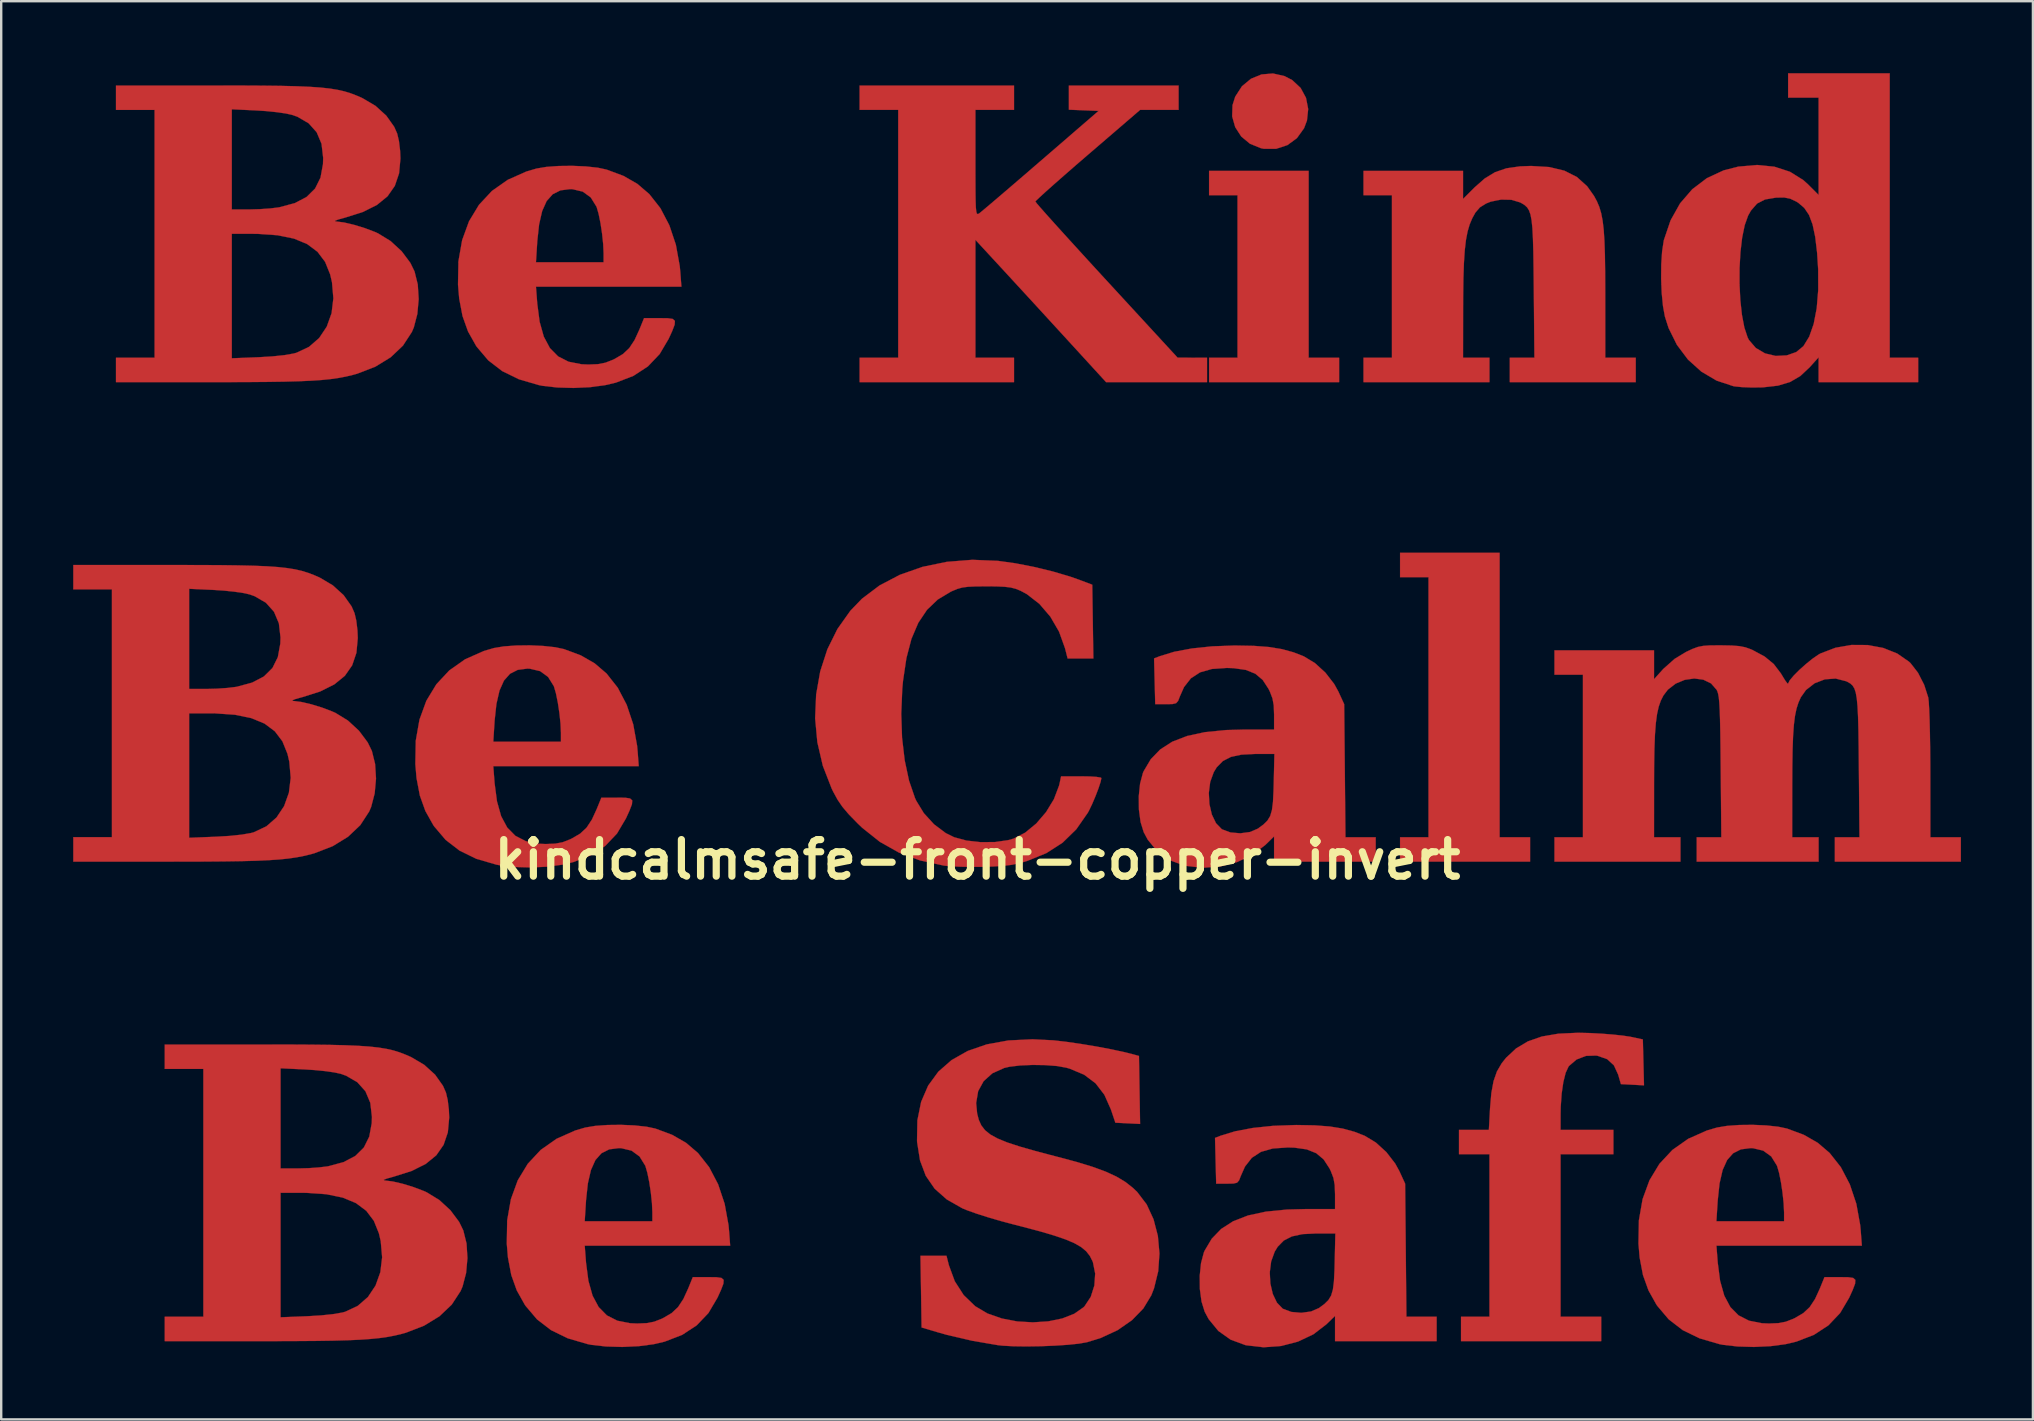
<source format=kicad_pcb>
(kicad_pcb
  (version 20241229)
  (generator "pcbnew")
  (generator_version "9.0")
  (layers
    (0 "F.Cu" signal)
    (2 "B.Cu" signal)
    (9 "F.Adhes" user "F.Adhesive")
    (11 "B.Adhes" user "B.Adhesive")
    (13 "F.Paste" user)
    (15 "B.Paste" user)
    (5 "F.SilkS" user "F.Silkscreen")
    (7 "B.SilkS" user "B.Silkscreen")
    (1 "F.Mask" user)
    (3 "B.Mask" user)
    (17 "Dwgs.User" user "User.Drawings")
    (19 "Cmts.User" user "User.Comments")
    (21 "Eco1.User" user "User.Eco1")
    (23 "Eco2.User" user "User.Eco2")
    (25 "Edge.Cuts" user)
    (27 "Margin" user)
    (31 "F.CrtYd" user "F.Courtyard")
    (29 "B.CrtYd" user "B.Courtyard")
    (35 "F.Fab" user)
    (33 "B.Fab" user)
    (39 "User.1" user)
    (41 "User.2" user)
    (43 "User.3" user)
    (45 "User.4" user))
  (footprint "kindcalmsafe-front-copper-invert"
    (layer "F.Cu")
    (at 37.682 32.771)
    (property "Reference" "kindcalmsafe-front-copper-invert" (at 0 0 0) (layer "F.SilkS") (effects (font (size 1.524 1.524) (thickness 0.3))))
    (attr through_hole)
    (fp_poly (pts (xy 13.801 -20.913) (xy 15.071 -20.913) (xy 15.071 -19.897) (xy 9.652 -19.897) (xy 9.652 -20.913) (xy 10.837 -20.913) (xy 10.837 -27.686) (xy 9.652 -27.686) (xy 9.652 -28.702) (xy 13.801 -28.702) (xy 13.801 -20.913)) (stroke (width 0.01) (type solid)) (fill yes) (layer "F.Cu"))
    (fp_poly (pts (xy 21.759 -0.931) (xy 23.029 -0.931) (xy 23.029 0.085) (xy 17.611 0.085) (xy 17.611 -0.931) (xy 18.796 -0.931) (xy 18.796 -11.769) (xy 17.611 -11.769) (xy 17.611 -12.785) (xy 21.759 -12.785) (xy 21.759 -0.931)) (stroke (width 0.01) (type solid)) (fill yes) (layer "F.Cu"))
    (fp_poly (pts (xy 12.795 -32.651) (xy 13.119 -32.482) (xy 13.467 -32.157) (xy 13.691 -31.744) (xy 13.782 -31.278) (xy 13.731 -30.797) (xy 13.61 -30.478) (xy 13.313 -30.065) (xy 12.916 -29.774) (xy 12.45 -29.621) (xy 11.946 -29.619) (xy 11.816 -29.644) (xy 11.357 -29.83) (xy 10.993 -30.132) (xy 10.741 -30.522) (xy 10.614 -30.968) (xy 10.629 -31.44) (xy 10.741 -31.793) (xy 11.022 -32.227) (xy 11.398 -32.539) (xy 11.838 -32.719) (xy 12.314 -32.759) (xy 12.795 -32.651)) (stroke (width 0.01) (type solid)) (fill yes) (layer "F.Cu"))
    (fp_poly (pts (xy 25.527 7.228) (xy 26.011 7.254) (xy 26.483 7.291) (xy 26.893 7.335) (xy 27.191 7.379) (xy 27.22 7.385) (xy 27.728 7.493) (xy 27.776 9.407) (xy 27.295 9.381) (xy 26.814 9.356) (xy 26.699 8.959) (xy 26.521 8.572) (xy 26.241 8.316) (xy 25.844 8.177) (xy 25.779 8.166) (xy 25.359 8.179) (xy 24.967 8.329) (xy 24.657 8.594) (xy 24.625 8.636) (xy 24.51 8.888) (xy 24.414 9.273) (xy 24.344 9.757) (xy 24.306 10.304) (xy 24.3 10.604) (xy 24.299 11.261) (xy 26.501 11.261) (xy 26.501 12.277) (xy 24.299 12.277) (xy 24.299 19.05) (xy 25.993 19.05) (xy 25.993 20.066) (xy 20.151 20.066) (xy 20.151 19.05) (xy 21.336 19.05) (xy 21.336 12.277) (xy 20.066 12.277) (xy 20.066 11.261) (xy 21.311 11.261) (xy 21.361 10.351) (xy 21.415 9.727) (xy 21.506 9.233) (xy 21.646 8.831) (xy 21.849 8.483) (xy 22.03 8.256) (xy 22.447 7.867) (xy 22.937 7.575) (xy 23.518 7.372) (xy 24.209 7.254) (xy 25.025 7.216) (xy 25.527 7.228)) (stroke (width 0.01) (type solid)) (fill yes) (layer "F.Cu"))
    (fp_poly (pts (xy 1.524 -31.242) (xy -0.085 -31.242) (xy -0.085 -29.03) (xy -0.084 -28.363) (xy -0.082 -27.846) (xy -0.077 -27.463) (xy -0.068 -27.195) (xy -0.052 -27.024) (xy -0.029 -26.931) (xy 0.002 -26.9) (xy 0.044 -26.911) (xy 0.08 -26.935) (xy 0.18 -27.015) (xy 0.392 -27.193) (xy 0.702 -27.456) (xy 1.094 -27.791) (xy 1.553 -28.184) (xy 2.064 -28.623) (xy 2.61 -29.095) (xy 2.646 -29.125) (xy 5.047 -31.2) (xy 3.81 -31.249) (xy 3.81 -32.258) (xy 8.382 -32.258) (xy 8.382 -31.242) (xy 6.779 -31.242) (xy 4.596 -29.365) (xy 4.08 -28.92) (xy 3.608 -28.508) (xy 3.194 -28.144) (xy 2.853 -27.84) (xy 2.6 -27.609) (xy 2.449 -27.465) (xy 2.413 -27.422) (xy 2.469 -27.348) (xy 2.629 -27.162) (xy 2.882 -26.876) (xy 3.218 -26.501) (xy 3.627 -26.049) (xy 4.097 -25.533) (xy 4.617 -24.963) (xy 5.177 -24.352) (xy 5.376 -24.136) (xy 8.34 -20.917) (xy 9.567 -20.913) (xy 9.567 -19.897) (xy 5.36 -19.897) (xy 3.717 -21.692) (xy 3.222 -22.232) (xy 2.699 -22.803) (xy 2.178 -23.371) (xy 1.688 -23.903) (xy 1.26 -24.369) (xy 0.995 -24.656) (xy -0.085 -25.826) (xy -0.085 -20.913) (xy 1.524 -20.913) (xy 1.524 -19.897) (xy -4.911 -19.897) (xy -4.911 -20.913) (xy -3.302 -20.913) (xy -3.302 -31.242) (xy -4.911 -31.242) (xy -4.911 -32.258) (xy 1.524 -32.258) (xy 1.524 -31.242)) (stroke (width 0.01) (type solid)) (fill yes) (layer "F.Cu"))
    (fp_poly (pts (xy 23.826 -28.86) (xy 24.457 -28.709) (xy 24.979 -28.445) (xy 25.406 -28.061) (xy 25.693 -27.657) (xy 25.815 -27.431) (xy 25.914 -27.197) (xy 25.992 -26.934) (xy 26.052 -26.623) (xy 26.097 -26.244) (xy 26.127 -25.777) (xy 26.147 -25.202) (xy 26.157 -24.5) (xy 26.161 -23.65) (xy 26.161 -23.558) (xy 26.162 -20.913) (xy 27.432 -20.913) (xy 27.432 -19.897) (xy 22.183 -19.897) (xy 22.183 -20.913) (xy 23.209 -20.913) (xy 23.183 -23.812) (xy 23.174 -24.647) (xy 23.164 -25.329) (xy 23.148 -25.876) (xy 23.126 -26.305) (xy 23.093 -26.633) (xy 23.047 -26.877) (xy 22.985 -27.053) (xy 22.905 -27.18) (xy 22.803 -27.274) (xy 22.678 -27.352) (xy 22.609 -27.388) (xy 22.249 -27.495) (xy 21.82 -27.504) (xy 21.389 -27.418) (xy 21.197 -27.341) (xy 20.939 -27.181) (xy 20.749 -26.961) (xy 20.62 -26.727) (xy 20.512 -26.471) (xy 20.425 -26.176) (xy 20.357 -25.824) (xy 20.307 -25.394) (xy 20.272 -24.866) (xy 20.25 -24.22) (xy 20.24 -23.435) (xy 20.238 -22.966) (xy 20.235 -20.913) (xy 21.336 -20.913) (xy 21.336 -19.897) (xy 16.087 -19.897) (xy 16.087 -20.913) (xy 17.272 -20.913) (xy 17.272 -27.686) (xy 16.087 -27.686) (xy 16.087 -28.702) (xy 20.235 -28.702) (xy 20.235 -27.53) (xy 20.723 -28.018) (xy 21.143 -28.387) (xy 21.568 -28.645) (xy 22.041 -28.807) (xy 22.604 -28.888) (xy 23.072 -28.905) (xy 23.826 -28.86)) (stroke (width 0.01) (type solid)) (fill yes) (layer "F.Cu"))
    (fp_poly (pts (xy 38.015 -20.913) (xy 39.201 -20.913) (xy 39.201 -19.897) (xy 35.052 -19.897) (xy 35.052 -20.931) (xy 34.673 -20.51) (xy 34.288 -20.15) (xy 33.862 -19.902) (xy 33.36 -19.751) (xy 32.744 -19.681) (xy 32.639 -19.677) (xy 32.242 -19.674) (xy 31.859 -19.689) (xy 31.558 -19.719) (xy 31.496 -19.73) (xy 30.801 -19.96) (xy 30.166 -20.335) (xy 29.608 -20.838) (xy 29.147 -21.451) (xy 28.798 -22.156) (xy 28.647 -22.629) (xy 28.567 -23.067) (xy 28.514 -23.61) (xy 28.499 -23.975) (xy 31.757 -23.975) (xy 31.79 -23.312) (xy 31.857 -22.7) (xy 31.958 -22.172) (xy 32.093 -21.763) (xy 32.15 -21.652) (xy 32.437 -21.319) (xy 32.821 -21.094) (xy 33.264 -20.989) (xy 33.725 -21.012) (xy 34.122 -21.151) (xy 34.419 -21.397) (xy 34.661 -21.792) (xy 34.847 -22.322) (xy 34.973 -22.975) (xy 35.036 -23.737) (xy 35.034 -24.596) (xy 34.989 -25.291) (xy 34.91 -25.952) (xy 34.801 -26.468) (xy 34.653 -26.862) (xy 34.455 -27.156) (xy 34.2 -27.374) (xy 34.115 -27.425) (xy 33.864 -27.543) (xy 33.615 -27.591) (xy 33.288 -27.586) (xy 33.265 -27.584) (xy 32.819 -27.508) (xy 32.488 -27.338) (xy 32.233 -27.046) (xy 32.114 -26.835) (xy 31.973 -26.439) (xy 31.866 -25.92) (xy 31.795 -25.314) (xy 31.758 -24.654) (xy 31.757 -23.975) (xy 28.499 -23.975) (xy 28.49 -24.205) (xy 28.495 -24.801) (xy 28.53 -25.342) (xy 28.596 -25.777) (xy 28.606 -25.823) (xy 28.884 -26.64) (xy 29.28 -27.347) (xy 29.787 -27.935) (xy 30.395 -28.396) (xy 31.096 -28.722) (xy 31.702 -28.877) (xy 32.488 -28.946) (xy 33.211 -28.874) (xy 33.857 -28.664) (xy 34.413 -28.317) (xy 34.607 -28.142) (xy 35.052 -27.697) (xy 35.052 -31.75) (xy 33.782 -31.75) (xy 33.782 -32.766) (xy 38.015 -32.766) (xy 38.015 -20.913)) (stroke (width 0.01) (type solid)) (fill yes) (layer "F.Cu"))
    (fp_poly (pts (xy -18.096 -8.904) (xy -17.598 -8.85) (xy -17.233 -8.773) (xy -16.532 -8.512) (xy -15.954 -8.181) (xy -15.458 -7.757) (xy -15.454 -7.753) (xy -14.99 -7.164) (xy -14.617 -6.452) (xy -14.345 -5.639) (xy -14.184 -4.752) (xy -14.161 -4.508) (xy -14.115 -3.895) (xy -20.176 -3.895) (xy -20.122 -3.191) (xy -20.022 -2.427) (xy -19.849 -1.811) (xy -19.594 -1.334) (xy -19.253 -0.989) (xy -18.817 -0.767) (xy -18.281 -0.661) (xy -17.987 -0.649) (xy -17.594 -0.665) (xy -17.284 -0.724) (xy -16.975 -0.845) (xy -16.902 -0.88) (xy -16.554 -1.084) (xy -16.287 -1.334) (xy -16.065 -1.671) (xy -15.865 -2.108) (xy -15.672 -2.582) (xy -15.012 -2.582) (xy -14.682 -2.579) (xy -14.478 -2.549) (xy -14.386 -2.468) (xy -14.397 -2.308) (xy -14.499 -2.043) (xy -14.646 -1.72) (xy -15.021 -1.086) (xy -15.51 -0.572) (xy -16.115 -0.177) (xy -16.843 0.104) (xy -17.301 0.212) (xy -17.923 0.295) (xy -18.609 0.327) (xy -19.291 0.308) (xy -19.9 0.238) (xy -20.054 0.208) (xy -20.883 -0.033) (xy -21.581 -0.374) (xy -22.163 -0.823) (xy -22.642 -1.387) (xy -22.676 -1.437) (xy -23.007 -2.027) (xy -23.236 -2.668) (xy -23.375 -3.398) (xy -23.424 -3.979) (xy -23.407 -4.911) (xy -20.176 -4.911) (xy -17.357 -4.911) (xy -17.357 -5.286) (xy -17.374 -5.663) (xy -17.42 -6.099) (xy -17.486 -6.539) (xy -17.565 -6.928) (xy -17.646 -7.208) (xy -17.655 -7.23) (xy -17.892 -7.611) (xy -18.225 -7.854) (xy -18.652 -7.955) (xy -18.757 -7.959) (xy -19.157 -7.907) (xy -19.479 -7.744) (xy -19.731 -7.461) (xy -19.917 -7.046) (xy -20.045 -6.489) (xy -20.122 -5.78) (xy -20.124 -5.736) (xy -20.176 -4.911) (xy -23.407 -4.911) (xy -23.407 -4.951) (xy -23.252 -5.833) (xy -22.965 -6.62) (xy -22.549 -7.305) (xy -22.01 -7.883) (xy -21.35 -8.348) (xy -20.574 -8.692) (xy -20.151 -8.816) (xy -19.737 -8.885) (xy -19.22 -8.922) (xy -18.655 -8.929) (xy -18.096 -8.904)) (stroke (width 0.01) (type solid)) (fill yes) (layer "F.Cu"))
    (fp_poly (pts (xy -16.318 -28.886) (xy -15.82 -28.832) (xy -15.455 -28.754) (xy -14.754 -28.493) (xy -14.176 -28.162) (xy -13.68 -27.738) (xy -13.676 -27.735) (xy -13.212 -27.146) (xy -12.839 -26.433) (xy -12.567 -25.621) (xy -12.406 -24.733) (xy -12.383 -24.49) (xy -12.337 -23.876) (xy -18.398 -23.876) (xy -18.344 -23.172) (xy -18.244 -22.408) (xy -18.071 -21.792) (xy -17.816 -21.315) (xy -17.475 -20.97) (xy -17.039 -20.748) (xy -16.503 -20.642) (xy -16.209 -20.63) (xy -15.816 -20.646) (xy -15.506 -20.706) (xy -15.197 -20.826) (xy -15.124 -20.861) (xy -14.776 -21.066) (xy -14.509 -21.316) (xy -14.287 -21.653) (xy -14.087 -22.089) (xy -13.894 -22.564) (xy -13.234 -22.564) (xy -12.904 -22.56) (xy -12.7 -22.531) (xy -12.608 -22.449) (xy -12.619 -22.29) (xy -12.721 -22.024) (xy -12.868 -21.702) (xy -13.243 -21.067) (xy -13.732 -20.553) (xy -14.337 -20.158) (xy -15.065 -19.877) (xy -15.523 -19.769) (xy -16.145 -19.686) (xy -16.831 -19.655) (xy -17.513 -19.674) (xy -18.122 -19.743) (xy -18.276 -19.773) (xy -19.105 -20.015) (xy -19.803 -20.356) (xy -20.385 -20.804) (xy -20.864 -21.368) (xy -20.898 -21.419) (xy -21.229 -22.008) (xy -21.458 -22.65) (xy -21.597 -23.38) (xy -21.646 -23.961) (xy -21.629 -24.892) (xy -18.398 -24.892) (xy -15.579 -24.892) (xy -15.579 -25.267) (xy -15.596 -25.644) (xy -15.642 -26.081) (xy -15.708 -26.521) (xy -15.787 -26.909) (xy -15.868 -27.19) (xy -15.877 -27.211) (xy -16.114 -27.593) (xy -16.447 -27.835) (xy -16.874 -27.937) (xy -16.979 -27.94) (xy -17.379 -27.888) (xy -17.701 -27.726) (xy -17.953 -27.442) (xy -18.139 -27.027) (xy -18.267 -26.47) (xy -18.344 -25.761) (xy -18.346 -25.718) (xy -18.398 -24.892) (xy -21.629 -24.892) (xy -21.629 -24.932) (xy -21.474 -25.814) (xy -21.187 -26.601) (xy -20.771 -27.287) (xy -20.232 -27.865) (xy -19.572 -28.329) (xy -18.796 -28.674) (xy -18.373 -28.798) (xy -17.959 -28.867) (xy -17.442 -28.904) (xy -16.877 -28.91) (xy -16.318 -28.886)) (stroke (width 0.01) (type solid)) (fill yes) (layer "F.Cu"))
    (fp_poly (pts (xy -14.286 11.077) (xy -13.788 11.131) (xy -13.423 11.208) (xy -12.722 11.469) (xy -12.144 11.801) (xy -11.648 12.224) (xy -11.644 12.228) (xy -11.18 12.817) (xy -10.807 13.53) (xy -10.535 14.342) (xy -10.374 15.229) (xy -10.351 15.473) (xy -10.305 16.087) (xy -16.366 16.087) (xy -16.312 16.79) (xy -16.212 17.554) (xy -16.039 18.171) (xy -15.784 18.647) (xy -15.443 18.993) (xy -15.007 19.214) (xy -14.471 19.32) (xy -14.177 19.332) (xy -13.784 19.316) (xy -13.474 19.257) (xy -13.165 19.137) (xy -13.092 19.101) (xy -12.744 18.897) (xy -12.477 18.647) (xy -12.255 18.31) (xy -12.055 17.874) (xy -11.862 17.399) (xy -11.202 17.399) (xy -10.872 17.403) (xy -10.668 17.432) (xy -10.576 17.513) (xy -10.587 17.673) (xy -10.689 17.938) (xy -10.836 18.261) (xy -11.211 18.896) (xy -11.7 19.409) (xy -12.305 19.805) (xy -13.033 20.086) (xy -13.491 20.194) (xy -14.113 20.276) (xy -14.799 20.308) (xy -15.481 20.289) (xy -16.09 20.22) (xy -16.244 20.19) (xy -17.073 19.948) (xy -17.771 19.607) (xy -18.353 19.159) (xy -18.832 18.595) (xy -18.866 18.544) (xy -19.197 17.954) (xy -19.426 17.313) (xy -19.565 16.583) (xy -19.614 16.002) (xy -19.597 15.071) (xy -16.366 15.071) (xy -13.547 15.071) (xy -13.547 14.696) (xy -13.564 14.319) (xy -13.61 13.882) (xy -13.676 13.442) (xy -13.755 13.054) (xy -13.836 12.773) (xy -13.845 12.752) (xy -14.082 12.37) (xy -14.415 12.128) (xy -14.842 12.026) (xy -14.947 12.023) (xy -15.347 12.075) (xy -15.669 12.237) (xy -15.921 12.521) (xy -16.107 12.936) (xy -16.235 13.493) (xy -16.312 14.202) (xy -16.314 14.245) (xy -16.366 15.071) (xy -19.597 15.071) (xy -19.597 15.031) (xy -19.442 14.149) (xy -19.155 13.362) (xy -18.739 12.676) (xy -18.2 12.098) (xy -17.54 11.634) (xy -16.764 11.289) (xy -16.341 11.165) (xy -15.927 11.096) (xy -15.41 11.059) (xy -14.845 11.053) (xy -14.286 11.077)) (stroke (width 0.01) (type solid)) (fill yes) (layer "F.Cu"))
    (fp_poly (pts (xy 32.873 11.077) (xy 33.371 11.131) (xy 33.736 11.208) (xy 34.437 11.469) (xy 35.016 11.801) (xy 35.512 12.224) (xy 35.515 12.228) (xy 35.979 12.817) (xy 36.352 13.53) (xy 36.624 14.342) (xy 36.785 15.229) (xy 36.808 15.473) (xy 36.854 16.087) (xy 30.794 16.087) (xy 30.848 16.79) (xy 30.947 17.554) (xy 31.121 18.171) (xy 31.375 18.647) (xy 31.717 18.993) (xy 32.152 19.214) (xy 32.689 19.32) (xy 32.983 19.332) (xy 33.376 19.316) (xy 33.685 19.257) (xy 33.994 19.137) (xy 34.068 19.101) (xy 34.415 18.897) (xy 34.682 18.647) (xy 34.904 18.31) (xy 35.104 17.874) (xy 35.297 17.399) (xy 35.958 17.399) (xy 36.287 17.403) (xy 36.492 17.432) (xy 36.583 17.513) (xy 36.572 17.673) (xy 36.471 17.938) (xy 36.324 18.261) (xy 35.948 18.896) (xy 35.46 19.409) (xy 34.854 19.805) (xy 34.126 20.086) (xy 33.669 20.194) (xy 33.046 20.276) (xy 32.36 20.308) (xy 31.678 20.289) (xy 31.069 20.22) (xy 30.915 20.19) (xy 30.087 19.948) (xy 29.388 19.607) (xy 28.806 19.159) (xy 28.328 18.595) (xy 28.293 18.544) (xy 27.963 17.954) (xy 27.733 17.313) (xy 27.594 16.583) (xy 27.545 16.002) (xy 27.562 15.071) (xy 30.793 15.071) (xy 33.613 15.071) (xy 33.613 14.696) (xy 33.595 14.319) (xy 33.549 13.882) (xy 33.483 13.442) (xy 33.405 13.054) (xy 33.323 12.773) (xy 33.315 12.752) (xy 33.078 12.37) (xy 32.744 12.128) (xy 32.317 12.026) (xy 32.212 12.023) (xy 31.812 12.075) (xy 31.49 12.237) (xy 31.239 12.521) (xy 31.052 12.936) (xy 30.924 13.493) (xy 30.848 14.202) (xy 30.845 14.245) (xy 30.793 15.071) (xy 27.562 15.071) (xy 27.563 15.031) (xy 27.717 14.149) (xy 28.005 13.362) (xy 28.42 12.676) (xy 28.96 12.098) (xy 29.619 11.634) (xy 30.395 11.289) (xy 30.819 11.165) (xy 31.233 11.096) (xy 31.75 11.059) (xy 32.315 11.053) (xy 32.873 11.077)) (stroke (width 0.01) (type solid)) (fill yes) (layer "F.Cu"))
    (fp_poly (pts (xy 11.515 -8.907) (xy 12.147 -8.859) (xy 12.688 -8.771) (xy 13.175 -8.637) (xy 13.599 -8.471) (xy 14.062 -8.191) (xy 14.5 -7.791) (xy 14.866 -7.318) (xy 15.039 -7.005) (xy 15.282 -6.477) (xy 15.309 -3.704) (xy 15.335 -0.931) (xy 16.595 -0.931) (xy 16.595 0.085) (xy 12.361 0.085) (xy 12.361 -0.967) (xy 12.002 -0.616) (xy 11.461 -0.201) (xy 10.82 0.103) (xy 10.116 0.286) (xy 9.385 0.341) (xy 8.662 0.258) (xy 8.614 0.247) (xy 8.007 0.022) (xy 7.498 -0.34) (xy 7.096 -0.83) (xy 6.928 -1.143) (xy 6.797 -1.567) (xy 6.728 -2.086) (xy 6.722 -2.64) (xy 6.737 -2.78) (xy 9.641 -2.78) (xy 9.666 -2.314) (xy 9.767 -1.879) (xy 9.94 -1.518) (xy 10.178 -1.271) (xy 10.194 -1.261) (xy 10.54 -1.132) (xy 10.953 -1.096) (xy 11.361 -1.151) (xy 11.685 -1.291) (xy 11.916 -1.46) (xy 12.083 -1.625) (xy 12.199 -1.816) (xy 12.272 -2.066) (xy 12.315 -2.406) (xy 12.338 -2.867) (xy 12.346 -3.181) (xy 12.374 -4.403) (xy 11.577 -4.403) (xy 11.002 -4.374) (xy 10.561 -4.28) (xy 10.227 -4.108) (xy 9.972 -3.848) (xy 9.847 -3.644) (xy 9.699 -3.238) (xy 9.641 -2.78) (xy 6.737 -2.78) (xy 6.777 -3.168) (xy 6.895 -3.611) (xy 6.926 -3.683) (xy 7.222 -4.182) (xy 7.616 -4.59) (xy 8.116 -4.912) (xy 8.734 -5.151) (xy 9.48 -5.312) (xy 10.363 -5.399) (xy 11.13 -5.419) (xy 12.361 -5.419) (xy 12.361 -6.038) (xy 12.347 -6.422) (xy 12.294 -6.717) (xy 12.185 -7.002) (xy 12.129 -7.116) (xy 11.886 -7.488) (xy 11.579 -7.746) (xy 11.183 -7.905) (xy 10.669 -7.978) (xy 10.391 -7.987) (xy 9.769 -7.944) (xy 9.275 -7.803) (xy 8.894 -7.555) (xy 8.608 -7.19) (xy 8.434 -6.798) (xy 8.362 -6.613) (xy 8.277 -6.518) (xy 8.128 -6.482) (xy 7.865 -6.477) (xy 7.408 -6.477) (xy 7.384 -7.431) (xy 7.36 -8.384) (xy 7.596 -8.476) (xy 8.199 -8.661) (xy 8.937 -8.799) (xy 9.78 -8.887) (xy 10.698 -8.921) (xy 10.753 -8.921) (xy 11.515 -8.907)) (stroke (width 0.01) (type solid)) (fill yes) (layer "F.Cu"))
    (fp_poly (pts (xy 14.055 11.074) (xy 14.687 11.122) (xy 15.228 11.21) (xy 15.715 11.344) (xy 16.139 11.51) (xy 16.602 11.79) (xy 17.04 12.19) (xy 17.406 12.663) (xy 17.579 12.976) (xy 17.822 13.504) (xy 17.849 16.277) (xy 17.875 19.05) (xy 19.135 19.05) (xy 19.135 20.066) (xy 14.901 20.066) (xy 14.901 19.015) (xy 14.541 19.365) (xy 14.001 19.78) (xy 13.36 20.084) (xy 12.656 20.268) (xy 11.925 20.322) (xy 11.202 20.239) (xy 11.154 20.228) (xy 10.547 20.003) (xy 10.038 19.641) (xy 9.636 19.151) (xy 9.468 18.838) (xy 9.337 18.415) (xy 9.268 17.896) (xy 9.262 17.342) (xy 9.277 17.201) (xy 12.181 17.201) (xy 12.206 17.668) (xy 12.307 18.102) (xy 12.48 18.464) (xy 12.718 18.71) (xy 12.734 18.72) (xy 13.08 18.849) (xy 13.493 18.886) (xy 13.901 18.83) (xy 14.225 18.69) (xy 14.456 18.521) (xy 14.623 18.357) (xy 14.739 18.165) (xy 14.812 17.915) (xy 14.855 17.575) (xy 14.878 17.115) (xy 14.886 16.8) (xy 14.914 15.579) (xy 14.117 15.579) (xy 13.542 15.607) (xy 13.101 15.702) (xy 12.767 15.873) (xy 12.512 16.133) (xy 12.387 16.337) (xy 12.239 16.744) (xy 12.181 17.201) (xy 9.277 17.201) (xy 9.317 16.813) (xy 9.435 16.37) (xy 9.466 16.298) (xy 9.762 15.799) (xy 10.156 15.391) (xy 10.656 15.07) (xy 11.274 14.83) (xy 12.02 14.669) (xy 12.903 14.582) (xy 13.67 14.563) (xy 14.901 14.563) (xy 14.901 13.943) (xy 14.887 13.559) (xy 14.834 13.264) (xy 14.725 12.98) (xy 14.668 12.865) (xy 14.426 12.494) (xy 14.119 12.235) (xy 13.723 12.076) (xy 13.209 12.003) (xy 12.931 11.995) (xy 12.309 12.038) (xy 11.815 12.178) (xy 11.434 12.426) (xy 11.148 12.792) (xy 10.974 13.183) (xy 10.902 13.368) (xy 10.817 13.464) (xy 10.668 13.499) (xy 10.405 13.504) (xy 9.948 13.504) (xy 9.924 12.551) (xy 9.9 11.597) (xy 10.136 11.505) (xy 10.739 11.321) (xy 11.477 11.182) (xy 12.32 11.094) (xy 13.238 11.061) (xy 13.293 11.06) (xy 14.055 11.074)) (stroke (width 0.01) (type solid)) (fill yes) (layer "F.Cu"))
    (fp_poly (pts (xy 0.856 -12.449) (xy 1.562 -12.351) (xy 2.345 -12.199) (xy 3.135 -12.008) (xy 3.864 -11.793) (xy 4.233 -11.663) (xy 4.784 -11.455) (xy 4.807 -9.919) (xy 4.83 -8.382) (xy 3.757 -8.382) (xy 3.648 -8.81) (xy 3.4 -9.5) (xy 3.037 -10.125) (xy 2.581 -10.657) (xy 2.054 -11.065) (xy 1.796 -11.203) (xy 1.594 -11.285) (xy 1.384 -11.339) (xy 1.123 -11.37) (xy 0.77 -11.385) (xy 0.381 -11.388) (xy -0.067 -11.384) (xy -0.389 -11.37) (xy -0.631 -11.338) (xy -0.836 -11.281) (xy -1.048 -11.193) (xy -1.113 -11.163) (xy -1.652 -10.84) (xy -2.101 -10.411) (xy -2.466 -9.867) (xy -2.751 -9.198) (xy -2.961 -8.395) (xy -3.102 -7.448) (xy -3.133 -7.114) (xy -3.176 -6.077) (xy -3.142 -5.075) (xy -3.032 -4.137) (xy -2.852 -3.292) (xy -2.604 -2.57) (xy -2.552 -2.455) (xy -2.234 -1.935) (xy -1.81 -1.471) (xy -1.322 -1.105) (xy -0.971 -0.932) (xy -0.461 -0.794) (xy 0.129 -0.727) (xy 0.731 -0.732) (xy 1.281 -0.811) (xy 1.504 -0.875) (xy 1.988 -1.123) (xy 2.45 -1.503) (xy 2.859 -1.98) (xy 3.186 -2.517) (xy 3.399 -3.078) (xy 3.427 -3.196) (xy 3.485 -3.471) (xy 4.325 -3.471) (xy 4.679 -3.465) (xy 4.959 -3.447) (xy 5.13 -3.42) (xy 5.165 -3.4) (xy 5.131 -3.236) (xy 5.044 -2.97) (xy 4.921 -2.649) (xy 4.784 -2.325) (xy 4.65 -2.046) (xy 4.6 -1.954) (xy 4.117 -1.261) (xy 3.547 -0.705) (xy 2.873 -0.271) (xy 2.088 0.05) (xy 1.752 0.149) (xy 1.436 0.216) (xy 1.089 0.26) (xy 0.661 0.287) (xy 0.254 0.301) (xy -0.223 0.305) (xy -0.69 0.298) (xy -1.095 0.28) (xy -1.385 0.252) (xy -1.397 0.25) (xy -2.39 0.035) (xy -3.271 -0.291) (xy -4.067 -0.74) (xy -4.803 -1.326) (xy -5.005 -1.52) (xy -5.361 -1.886) (xy -5.624 -2.195) (xy -5.829 -2.495) (xy -6.014 -2.835) (xy -6.076 -2.963) (xy -6.444 -3.91) (xy -6.672 -4.892) (xy -6.764 -5.889) (xy -6.722 -6.88) (xy -6.552 -7.845) (xy -6.255 -8.762) (xy -5.835 -9.61) (xy -5.296 -10.37) (xy -4.812 -10.872) (xy -4.08 -11.424) (xy -3.234 -11.868) (xy -2.294 -12.198) (xy -1.281 -12.408) (xy -0.216 -12.493) (xy 0.856 -12.449)) (stroke (width 0.01) (type solid)) (fill yes) (layer "F.Cu"))
    (fp_poly (pts (xy -32.512 -12.275) (xy -31.596 -12.271) (xy -30.818 -12.261) (xy -30.161 -12.246) (xy -29.61 -12.223) (xy -29.149 -12.191) (xy -28.762 -12.148) (xy -28.433 -12.095) (xy -28.145 -12.028) (xy -27.885 -11.947) (xy -27.634 -11.851) (xy -27.405 -11.75) (xy -26.865 -11.43) (xy -26.413 -11.021) (xy -26.082 -10.554) (xy -25.958 -10.271) (xy -25.885 -9.959) (xy -25.837 -9.56) (xy -25.823 -9.23) (xy -25.88 -8.616) (xy -26.057 -8.095) (xy -26.361 -7.659) (xy -26.802 -7.3) (xy -27.388 -7.007) (xy -28.128 -6.772) (xy -28.152 -6.766) (xy -28.424 -6.69) (xy -28.553 -6.637) (xy -28.527 -6.612) (xy -28.503 -6.61) (xy -28.177 -6.569) (xy -27.76 -6.472) (xy -27.31 -6.335) (xy -26.888 -6.174) (xy -26.755 -6.115) (xy -26.235 -5.796) (xy -25.774 -5.371) (xy -25.41 -4.885) (xy -25.235 -4.527) (xy -25.101 -3.986) (xy -25.063 -3.374) (xy -25.119 -2.756) (xy -25.266 -2.194) (xy -25.347 -2.005) (xy -25.718 -1.436) (xy -26.229 -0.952) (xy -26.87 -0.559) (xy -27.629 -0.266) (xy -27.807 -0.216) (xy -28.091 -0.149) (xy -28.389 -0.092) (xy -28.718 -0.044) (xy -29.094 -0.006) (xy -29.534 0.024) (xy -30.055 0.048) (xy -30.672 0.064) (xy -31.404 0.075) (xy -32.265 0.082) (xy -33.273 0.084) (xy -33.674 0.085) (xy -37.677 0.085) (xy -37.677 -0.931) (xy -36.068 -0.931) (xy -36.068 -6.096) (xy -32.851 -6.096) (xy -32.851 -0.909) (xy -31.729 -0.954) (xy -31.154 -0.988) (xy -30.657 -1.041) (xy -30.276 -1.107) (xy -30.157 -1.139) (xy -29.633 -1.386) (xy -29.209 -1.755) (xy -28.893 -2.229) (xy -28.693 -2.787) (xy -28.618 -3.411) (xy -28.676 -4.08) (xy -28.753 -4.41) (xy -28.963 -4.929) (xy -29.279 -5.347) (xy -29.708 -5.668) (xy -30.26 -5.896) (xy -30.944 -6.037) (xy -31.767 -6.094) (xy -31.966 -6.096) (xy -32.851 -6.096) (xy -36.068 -6.096) (xy -36.068 -7.112) (xy -32.851 -7.112) (xy -32.104 -7.112) (xy -31.687 -7.123) (xy -31.261 -7.153) (xy -30.909 -7.196) (xy -30.859 -7.204) (xy -30.225 -7.376) (xy -29.734 -7.633) (xy -29.379 -7.984) (xy -29.154 -8.437) (xy -29.051 -9) (xy -29.043 -9.262) (xy -29.111 -9.847) (xy -29.314 -10.327) (xy -29.65 -10.703) (xy -30.119 -10.976) (xy -30.336 -11.053) (xy -30.599 -11.111) (xy -30.979 -11.166) (xy -31.42 -11.211) (xy -31.814 -11.237) (xy -32.851 -11.285) (xy -32.851 -7.112) (xy -36.068 -7.112) (xy -36.068 -11.261) (xy -37.677 -11.261) (xy -37.677 -12.277) (xy -33.581 -12.277) (xy -32.512 -12.275)) (stroke (width 0.01) (type solid)) (fill yes) (layer "F.Cu"))
    (fp_poly (pts (xy -30.734 -32.257) (xy -29.818 -32.252) (xy -29.04 -32.243) (xy -28.383 -32.227) (xy -27.832 -32.204) (xy -27.371 -32.172) (xy -26.984 -32.13) (xy -26.655 -32.076) (xy -26.367 -32.01) (xy -26.107 -31.929) (xy -25.856 -31.832) (xy -25.627 -31.731) (xy -25.087 -31.412) (xy -24.635 -31.002) (xy -24.304 -30.535) (xy -24.18 -30.253) (xy -24.107 -29.941) (xy -24.059 -29.541) (xy -24.045 -29.212) (xy -24.102 -28.597) (xy -24.279 -28.076) (xy -24.583 -27.641) (xy -25.024 -27.281) (xy -25.61 -26.988) (xy -26.35 -26.753) (xy -26.374 -26.747) (xy -26.646 -26.671) (xy -26.775 -26.618) (xy -26.749 -26.593) (xy -26.725 -26.592) (xy -26.399 -26.551) (xy -25.982 -26.453) (xy -25.532 -26.316) (xy -25.11 -26.156) (xy -24.977 -26.096) (xy -24.457 -25.777) (xy -23.996 -25.353) (xy -23.632 -24.867) (xy -23.457 -24.508) (xy -23.323 -23.967) (xy -23.285 -23.355) (xy -23.341 -22.737) (xy -23.488 -22.175) (xy -23.569 -21.986) (xy -23.94 -21.418) (xy -24.451 -20.933) (xy -25.092 -20.54) (xy -25.851 -20.247) (xy -26.029 -20.198) (xy -26.313 -20.13) (xy -26.611 -20.073) (xy -26.94 -20.026) (xy -27.316 -19.987) (xy -27.756 -19.957) (xy -28.277 -19.934) (xy -28.894 -19.917) (xy -29.626 -19.906) (xy -30.487 -19.899) (xy -31.495 -19.897) (xy -31.896 -19.897) (xy -35.899 -19.897) (xy -35.899 -20.913) (xy -34.29 -20.913) (xy -34.29 -26.077) (xy -31.073 -26.077) (xy -31.073 -20.891) (xy -29.951 -20.935) (xy -29.376 -20.97) (xy -28.879 -21.022) (xy -28.498 -21.089) (xy -28.379 -21.12) (xy -27.855 -21.367) (xy -27.431 -21.737) (xy -27.115 -22.21) (xy -26.915 -22.769) (xy -26.84 -23.392) (xy -26.898 -24.062) (xy -26.975 -24.391) (xy -27.185 -24.91) (xy -27.501 -25.328) (xy -27.93 -25.649) (xy -28.482 -25.878) (xy -29.166 -26.018) (xy -29.989 -26.075) (xy -30.188 -26.077) (xy -31.073 -26.077) (xy -34.29 -26.077) (xy -34.29 -27.093) (xy -31.073 -27.093) (xy -30.326 -27.093) (xy -29.909 -27.105) (xy -29.483 -27.134) (xy -29.131 -27.177) (xy -29.081 -27.186) (xy -28.447 -27.357) (xy -27.956 -27.614) (xy -27.601 -27.965) (xy -27.376 -28.419) (xy -27.273 -28.981) (xy -27.265 -29.244) (xy -27.333 -29.828) (xy -27.536 -30.309) (xy -27.872 -30.685) (xy -28.341 -30.957) (xy -28.558 -31.034) (xy -28.821 -31.092) (xy -29.201 -31.147) (xy -29.642 -31.192) (xy -30.035 -31.218) (xy -31.073 -31.267) (xy -31.073 -27.093) (xy -34.29 -27.093) (xy -34.29 -31.242) (xy -35.899 -31.242) (xy -35.899 -32.258) (xy -31.803 -32.258) (xy -30.734 -32.257)) (stroke (width 0.01) (type solid)) (fill yes) (layer "F.Cu"))
    (fp_poly (pts (xy -28.702 7.706) (xy -27.786 7.711) (xy -27.008 7.72) (xy -26.351 7.736) (xy -25.8 7.759) (xy -25.339 7.791) (xy -24.952 7.833) (xy -24.623 7.887) (xy -24.335 7.953) (xy -24.075 8.034) (xy -23.824 8.131) (xy -23.595 8.232) (xy -23.055 8.551) (xy -22.603 8.96) (xy -22.272 9.427) (xy -22.148 9.71) (xy -22.075 10.022) (xy -22.027 10.421) (xy -22.013 10.751) (xy -22.07 11.366) (xy -22.247 11.886) (xy -22.551 12.322) (xy -22.992 12.682) (xy -23.578 12.975) (xy -24.318 13.209) (xy -24.342 13.216) (xy -24.614 13.292) (xy -24.743 13.344) (xy -24.717 13.37) (xy -24.693 13.371) (xy -24.367 13.412) (xy -23.95 13.509) (xy -23.5 13.647) (xy -23.078 13.807) (xy -22.945 13.867) (xy -22.425 14.186) (xy -21.964 14.61) (xy -21.6 15.096) (xy -21.425 15.454) (xy -21.291 15.996) (xy -21.253 16.607) (xy -21.309 17.226) (xy -21.456 17.787) (xy -21.537 17.977) (xy -21.908 18.545) (xy -22.419 19.03) (xy -23.06 19.422) (xy -23.819 19.716) (xy -23.997 19.765) (xy -24.281 19.833) (xy -24.579 19.89) (xy -24.908 19.937) (xy -25.284 19.975) (xy -25.724 20.006) (xy -26.245 20.029) (xy -26.862 20.046) (xy -27.594 20.057) (xy -28.455 20.063) (xy -29.463 20.066) (xy -29.864 20.066) (xy -33.867 20.066) (xy -33.867 19.05) (xy -32.258 19.05) (xy -32.258 13.885) (xy -29.041 13.885) (xy -29.041 19.072) (xy -27.919 19.028) (xy -27.344 18.993) (xy -26.847 18.94) (xy -26.466 18.874) (xy -26.347 18.842) (xy -25.823 18.596) (xy -25.399 18.226) (xy -25.083 17.752) (xy -24.883 17.194) (xy -24.808 16.571) (xy -24.866 15.901) (xy -24.943 15.572) (xy -25.153 15.052) (xy -25.469 14.635) (xy -25.898 14.314) (xy -26.45 14.085) (xy -27.134 13.944) (xy -27.957 13.887) (xy -28.156 13.885) (xy -29.041 13.885) (xy -32.258 13.885) (xy -32.258 12.869) (xy -29.041 12.869) (xy -28.294 12.869) (xy -27.877 12.858) (xy -27.451 12.828) (xy -27.099 12.786) (xy -27.049 12.777) (xy -26.415 12.606) (xy -25.924 12.348) (xy -25.569 11.997) (xy -25.344 11.544) (xy -25.241 10.981) (xy -25.233 10.719) (xy -25.301 10.134) (xy -25.504 9.654) (xy -25.84 9.278) (xy -26.309 9.006) (xy -26.526 8.928) (xy -26.789 8.87) (xy -27.169 8.815) (xy -27.61 8.771) (xy -28.003 8.745) (xy -29.041 8.696) (xy -29.041 12.869) (xy -32.258 12.869) (xy -32.258 8.721) (xy -33.867 8.721) (xy -33.867 7.705) (xy -29.771 7.705) (xy -28.702 7.706)) (stroke (width 0.01) (type solid)) (fill yes) (layer "F.Cu"))
    (fp_poly (pts (xy 37.097 -8.941) (xy 37.743 -8.821) (xy 38.328 -8.588) (xy 38.818 -8.248) (xy 38.887 -8.182) (xy 39.194 -7.786) (xy 39.451 -7.284) (xy 39.621 -6.756) (xy 39.641 -6.583) (xy 39.66 -6.264) (xy 39.677 -5.823) (xy 39.69 -5.284) (xy 39.7 -4.671) (xy 39.706 -4.006) (xy 39.707 -3.662) (xy 39.709 -0.931) (xy 40.979 -0.931) (xy 40.979 0.085) (xy 35.729 0.085) (xy 35.729 -0.931) (xy 36.755 -0.931) (xy 36.729 -3.873) (xy 36.721 -4.713) (xy 36.711 -5.401) (xy 36.696 -5.952) (xy 36.674 -6.384) (xy 36.643 -6.713) (xy 36.6 -6.957) (xy 36.543 -7.131) (xy 36.468 -7.253) (xy 36.375 -7.338) (xy 36.259 -7.405) (xy 36.197 -7.434) (xy 35.762 -7.545) (xy 35.311 -7.512) (xy 34.885 -7.348) (xy 34.526 -7.068) (xy 34.312 -6.766) (xy 34.212 -6.543) (xy 34.131 -6.292) (xy 34.069 -5.993) (xy 34.022 -5.624) (xy 33.989 -5.166) (xy 33.968 -4.598) (xy 33.957 -3.9) (xy 33.953 -3.111) (xy 33.951 -0.931) (xy 35.052 -0.931) (xy 35.052 0.085) (xy 29.972 0.085) (xy 29.972 -0.931) (xy 30.998 -0.931) (xy 30.972 -3.873) (xy 30.964 -4.673) (xy 30.955 -5.321) (xy 30.944 -5.834) (xy 30.931 -6.232) (xy 30.914 -6.531) (xy 30.893 -6.749) (xy 30.866 -6.904) (xy 30.832 -7.014) (xy 30.804 -7.074) (xy 30.57 -7.342) (xy 30.247 -7.498) (xy 29.87 -7.547) (xy 29.475 -7.491) (xy 29.097 -7.335) (xy 28.771 -7.083) (xy 28.584 -6.837) (xy 28.475 -6.621) (xy 28.388 -6.371) (xy 28.32 -6.066) (xy 28.269 -5.687) (xy 28.233 -5.215) (xy 28.21 -4.63) (xy 28.198 -3.913) (xy 28.195 -3.154) (xy 28.194 -0.931) (xy 29.295 -0.931) (xy 29.295 0.085) (xy 24.045 0.085) (xy 24.045 -0.931) (xy 25.231 -0.931) (xy 25.231 -7.705) (xy 24.045 -7.705) (xy 24.045 -8.721) (xy 28.194 -8.721) (xy 28.194 -7.517) (xy 28.581 -7.947) (xy 29.054 -8.367) (xy 29.531 -8.655) (xy 29.798 -8.78) (xy 30.017 -8.861) (xy 30.24 -8.906) (xy 30.519 -8.926) (xy 30.907 -8.929) (xy 30.986 -8.929) (xy 31.429 -8.921) (xy 31.751 -8.896) (xy 32.003 -8.846) (xy 32.232 -8.764) (xy 32.296 -8.736) (xy 32.802 -8.463) (xy 33.183 -8.15) (xy 33.482 -7.757) (xy 33.529 -7.678) (xy 33.66 -7.464) (xy 33.751 -7.342) (xy 33.781 -7.336) (xy 33.845 -7.465) (xy 34.011 -7.664) (xy 34.248 -7.903) (xy 34.523 -8.149) (xy 34.801 -8.374) (xy 35.051 -8.546) (xy 35.134 -8.592) (xy 35.759 -8.83) (xy 36.425 -8.945) (xy 37.097 -8.941)) (stroke (width 0.01) (type solid)) (fill yes) (layer "F.Cu"))
    (fp_poly (pts (xy 3.168 7.531) (xy 3.698 7.592) (xy 4.313 7.681) (xy 4.961 7.789) (xy 5.588 7.908) (xy 6.141 8.027) (xy 6.477 8.112) (xy 6.731 8.182) (xy 6.754 9.599) (xy 6.777 11.015) (xy 6.262 10.99) (xy 5.747 10.964) (xy 5.562 10.414) (xy 5.289 9.8) (xy 4.922 9.322) (xy 4.446 8.964) (xy 3.845 8.712) (xy 3.705 8.672) (xy 3.317 8.602) (xy 2.828 8.564) (xy 2.297 8.556) (xy 1.781 8.578) (xy 1.338 8.631) (xy 1.12 8.681) (xy 0.625 8.903) (xy 0.258 9.231) (xy 0.029 9.649) (xy -0.055 10.145) (xy -0.013 10.583) (xy 0.057 10.849) (xy 0.161 11.077) (xy 0.315 11.276) (xy 0.536 11.455) (xy 0.839 11.622) (xy 1.242 11.787) (xy 1.761 11.957) (xy 2.411 12.143) (xy 3.209 12.353) (xy 3.302 12.377) (xy 4.119 12.595) (xy 4.791 12.8) (xy 5.34 13.001) (xy 5.79 13.208) (xy 6.163 13.432) (xy 6.481 13.682) (xy 6.658 13.852) (xy 7.051 14.368) (xy 7.338 14.989) (xy 7.518 15.681) (xy 7.584 16.413) (xy 7.533 17.151) (xy 7.359 17.862) (xy 7.244 18.158) (xy 6.912 18.706) (xy 6.437 19.194) (xy 5.839 19.609) (xy 5.136 19.935) (xy 4.565 20.111) (xy 4.231 20.17) (xy 3.77 20.218) (xy 3.225 20.254) (xy 2.639 20.278) (xy 2.053 20.287) (xy 1.511 20.28) (xy 1.054 20.256) (xy 0.847 20.233) (xy -0.221 20.05) (xy -1.268 19.806) (xy -1.651 19.698) (xy -2.328 19.497) (xy -2.351 18.003) (xy -2.375 16.51) (xy -1.29 16.51) (xy -1.191 16.902) (xy -0.945 17.571) (xy -0.575 18.146) (xy -0.096 18.609) (xy 0.42 18.915) (xy 1.014 19.122) (xy 1.655 19.245) (xy 2.31 19.283) (xy 2.947 19.242) (xy 3.532 19.122) (xy 4.033 18.926) (xy 4.418 18.657) (xy 4.462 18.613) (xy 4.721 18.222) (xy 4.872 17.748) (xy 4.906 17.25) (xy 4.813 16.782) (xy 4.793 16.731) (xy 4.682 16.513) (xy 4.532 16.322) (xy 4.327 16.15) (xy 4.049 15.989) (xy 3.681 15.831) (xy 3.205 15.668) (xy 2.605 15.491) (xy 1.863 15.294) (xy 1.506 15.203) (xy 0.97 15.06) (xy 0.44 14.905) (xy -0.041 14.752) (xy -0.431 14.613) (xy -0.629 14.531) (xy -1.279 14.161) (xy -1.784 13.714) (xy -2.153 13.177) (xy -2.393 12.538) (xy -2.513 11.785) (xy -2.518 11.717) (xy -2.503 10.862) (xy -2.347 10.094) (xy -2.054 9.417) (xy -1.629 8.836) (xy -1.077 8.353) (xy -0.404 7.973) (xy 0.386 7.7) (xy 1.287 7.536) (xy 2.294 7.487) (xy 3.168 7.531)) (stroke (width 0.01) (type solid)) (fill yes) (layer "F.Cu")))
  (gr_rect
    (start -3 -3)
    (end 81.665 56.098)
    (stroke (width 0.1) (type default))
    (fill no)
    (layer "Edge.Cuts")))
</source>
